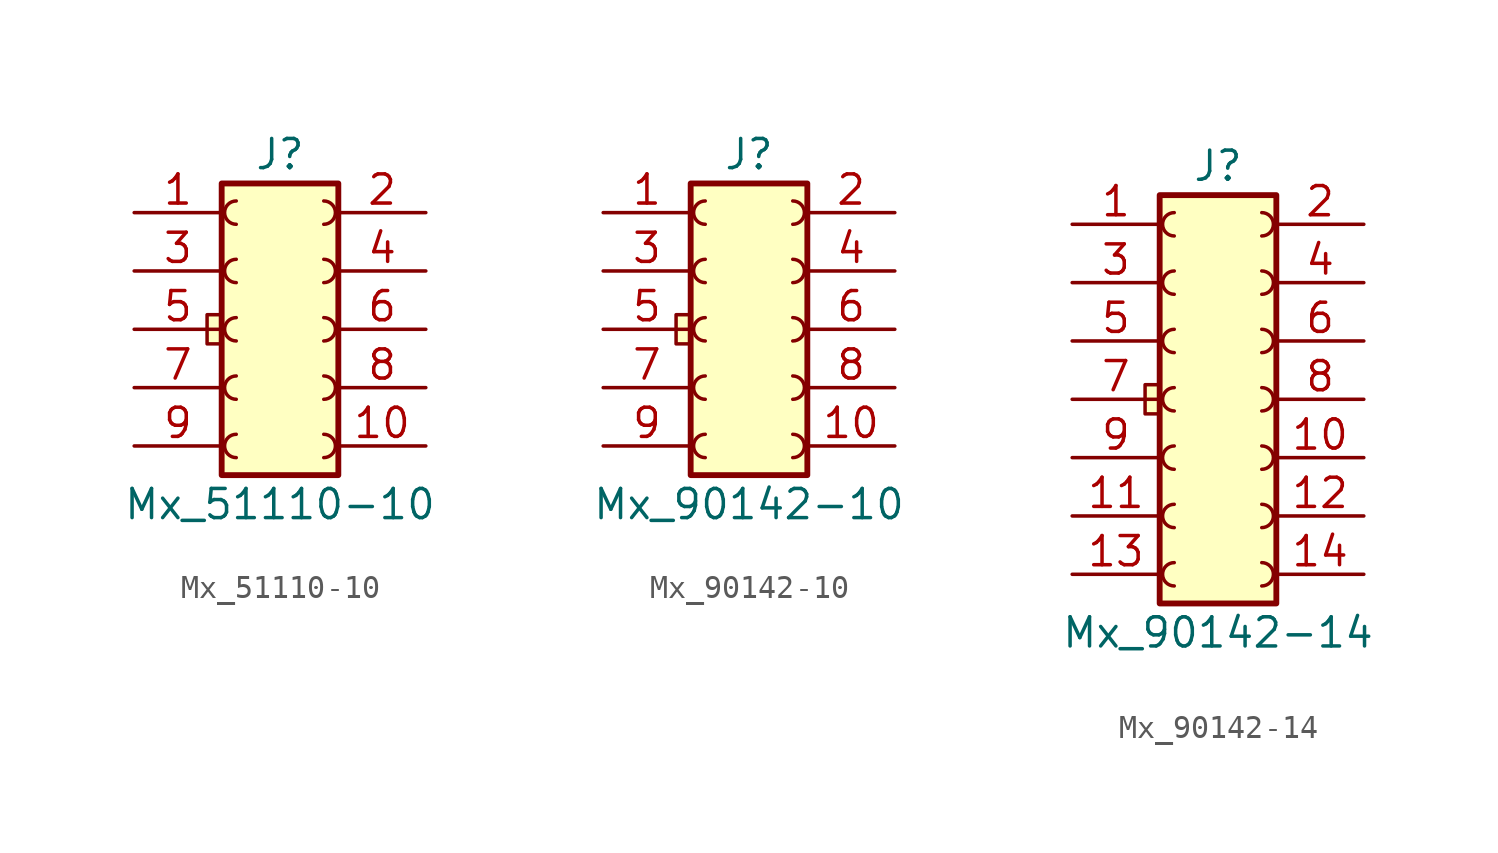
<source format=kicad_sym>
(kicad_symbol_lib
  (version 20211014)
  (generator kicad_symbol_editor)
  (symbol "Mx_51110-10"
    (pin_names
      (offset 1.016) hide)
    (property "Reference" "J"
      (at 0 7.62 0)
      (effects (font (size 1.27 1.27))))
    (property "Value" "Mx_51110-10"
      (at 0 -7.62 0)
      (effects (font (size 1.27 1.27))))
    (symbol "Mx_51110-10_0_1"
      (rectangle (start -3.175 0.635) (end -2.54 -0.635) (stroke (width 0) (type default) (color 0 0 0 0)) (fill (type background))))
    (symbol "Mx_51110-10_1_1"
      (rectangle (start -2.54 6.35) (end 2.54 -6.35) (stroke (width 0.254) (type default) (color 0 0 0 0)) (fill (type background)))
      (arc (start -1.905 -4.572) (mid -2.413 -5.08) (end -1.905 -5.588) (stroke (width 0) (type default) (color 0 0 0 0)) (fill (type none)))
      (arc (start -1.905 -2.032) (mid -2.413 -2.54) (end -1.905 -3.048) (stroke (width 0) (type default) (color 0 0 0 0)) (fill (type none)))
      (arc (start -1.905 0.508) (mid -2.413 0) (end -1.905 -0.508) (stroke (width 0) (type default) (color 0 0 0 0)) (fill (type none)))
      (arc (start -1.905 3.048) (mid -2.413 2.54) (end -1.905 2.032) (stroke (width 0) (type default) (color 0 0 0 0)) (fill (type none)))
      (arc (start -1.905 5.588) (mid -2.413 5.08) (end -1.905 4.572) (stroke (width 0) (type default) (color 0 0 0 0)) (fill (type none)))
      (arc (start 1.905 -5.588) (mid 2.413 -5.08) (end 1.905 -4.572) (stroke (width 0) (type default) (color 0 0 0 0)) (fill (type none)))
      (arc (start 1.905 -3.048) (mid 2.413 -2.54) (end 1.905 -2.032) (stroke (width 0) (type default) (color 0 0 0 0)) (fill (type none)))
      (arc (start 1.905 -0.508) (mid 2.413 0) (end 1.905 0.508) (stroke (width 0) (type default) (color 0 0 0 0)) (fill (type none)))
      (arc (start 1.905 2.032) (mid 2.413 2.54) (end 1.905 3.048) (stroke (width 0) (type default) (color 0 0 0 0)) (fill (type none)))
      (arc (start 1.905 4.572) (mid 2.413 5.08) (end 1.905 5.588) (stroke (width 0) (type default) (color 0 0 0 0)) (fill (type none)))
      (pin passive line (at -6.35 5.08 0) (length 3.81) (name "Pin_1" (effects (font (size 1.27 1.27)))) (number "1" (effects (font (size 1.27 1.27)))))
      (pin passive line (at 6.35 -5.08 180) (length 3.81) (name "Pin_10" (effects (font (size 1.27 1.27)))) (number "10" (effects (font (size 1.27 1.27)))))
      (pin passive line (at 6.35 5.08 180) (length 3.81) (name "Pin_2" (effects (font (size 1.27 1.27)))) (number "2" (effects (font (size 1.27 1.27)))))
      (pin passive line (at -6.35 2.54 0) (length 3.81) (name "Pin_3" (effects (font (size 1.27 1.27)))) (number "3" (effects (font (size 1.27 1.27)))))
      (pin passive line (at 6.35 2.54 180) (length 3.81) (name "Pin_4" (effects (font (size 1.27 1.27)))) (number "4" (effects (font (size 1.27 1.27)))))
      (pin passive line (at -6.35 0 0) (length 3.81) (name "Pin_5" (effects (font (size 1.27 1.27)))) (number "5" (effects (font (size 1.27 1.27)))))
      (pin passive line (at 6.35 0 180) (length 3.81) (name "Pin_6" (effects (font (size 1.27 1.27)))) (number "6" (effects (font (size 1.27 1.27)))))
      (pin passive line (at -6.35 -2.54 0) (length 3.81) (name "Pin_7" (effects (font (size 1.27 1.27)))) (number "7" (effects (font (size 1.27 1.27)))))
      (pin passive line (at 6.35 -2.54 180) (length 3.81) (name "Pin_8" (effects (font (size 1.27 1.27)))) (number "8" (effects (font (size 1.27 1.27)))))
      (pin passive line (at -6.35 -5.08 0) (length 3.81) (name "Pin_9" (effects (font (size 1.27 1.27)))) (number "9" (effects (font (size 1.27 1.27)))))))
  (symbol "Mx_90142-10"
    (pin_names
      (offset 1.016) hide)
    (property "Reference" "J"
      (at 0 7.62 0)
      (effects (font (size 1.27 1.27))))
    (property "Value" "Mx_90142-10"
      (at 0 -7.62 0)
      (effects (font (size 1.27 1.27))))
    (symbol "Mx_90142-10_0_1"
      (rectangle (start -3.175 0.635) (end -2.54 -0.635) (stroke (width 0) (type default) (color 0 0 0 0)) (fill (type background))))
    (symbol "Mx_90142-10_1_1"
      (arc (start -1.905 -4.572) (mid -2.413 -5.08) (end -1.905 -5.588) (stroke (width 0) (type default) (color 0 0 0 0)) (fill (type none)))
      (arc (start -1.905 -2.032) (mid -2.413 -2.54) (end -1.905 -3.048) (stroke (width 0) (type default) (color 0 0 0 0)) (fill (type none)))
      (arc (start -1.905 0.508) (mid -2.413 0) (end -1.905 -0.508) (stroke (width 0) (type default) (color 0 0 0 0)) (fill (type none)))
      (arc (start -1.905 3.048) (mid -2.413 2.54) (end -1.905 2.032) (stroke (width 0) (type default) (color 0 0 0 0)) (fill (type none)))
      (arc (start -1.905 5.588) (mid -2.413 5.08) (end -1.905 4.572) (stroke (width 0) (type default) (color 0 0 0 0)) (fill (type none)))
      (arc (start 1.905 -5.588) (mid 2.413 -5.08) (end 1.905 -4.572) (stroke (width 0) (type default) (color 0 0 0 0)) (fill (type none)))
      (arc (start 1.905 -3.048) (mid 2.413 -2.54) (end 1.905 -2.032) (stroke (width 0) (type default) (color 0 0 0 0)) (fill (type none)))
      (arc (start 1.905 -0.508) (mid 2.413 0) (end 1.905 0.508) (stroke (width 0) (type default) (color 0 0 0 0)) (fill (type none)))
      (arc (start 1.905 2.032) (mid 2.413 2.54) (end 1.905 3.048) (stroke (width 0) (type default) (color 0 0 0 0)) (fill (type none)))
      (arc (start 1.905 4.572) (mid 2.413 5.08) (end 1.905 5.588) (stroke (width 0) (type default) (color 0 0 0 0)) (fill (type none)))
      (rectangle (start 2.54 6.35) (end -2.54 -6.35) (stroke (width 0.254) (type default) (color 0 0 0 0)) (fill (type background)))
      (pin passive line (at -6.35 5.08 0) (length 3.81) (name "Pin_1" (effects (font (size 1.27 1.27)))) (number "1" (effects (font (size 1.27 1.27)))))
      (pin passive line (at 6.35 -5.08 180) (length 3.81) (name "Pin_10" (effects (font (size 1.27 1.27)))) (number "10" (effects (font (size 1.27 1.27)))))
      (pin passive line (at 6.35 5.08 180) (length 3.81) (name "Pin_2" (effects (font (size 1.27 1.27)))) (number "2" (effects (font (size 1.27 1.27)))))
      (pin passive line (at -6.35 2.54 0) (length 3.81) (name "Pin_3" (effects (font (size 1.27 1.27)))) (number "3" (effects (font (size 1.27 1.27)))))
      (pin passive line (at 6.35 2.54 180) (length 3.81) (name "Pin_4" (effects (font (size 1.27 1.27)))) (number "4" (effects (font (size 1.27 1.27)))))
      (pin passive line (at -6.35 0 0) (length 3.81) (name "Pin_5" (effects (font (size 1.27 1.27)))) (number "5" (effects (font (size 1.27 1.27)))))
      (pin passive line (at 6.35 0 180) (length 3.81) (name "Pin_6" (effects (font (size 1.27 1.27)))) (number "6" (effects (font (size 1.27 1.27)))))
      (pin passive line (at -6.35 -2.54 0) (length 3.81) (name "Pin_7" (effects (font (size 1.27 1.27)))) (number "7" (effects (font (size 1.27 1.27)))))
      (pin passive line (at 6.35 -2.54 180) (length 3.81) (name "Pin_8" (effects (font (size 1.27 1.27)))) (number "8" (effects (font (size 1.27 1.27)))))
      (pin passive line (at -6.35 -5.08 0) (length 3.81) (name "Pin_9" (effects (font (size 1.27 1.27)))) (number "9" (effects (font (size 1.27 1.27)))))))
  (symbol "Mx_90142-14"
    (pin_names
      (offset 1.016) hide)
    (property "Reference" "J"
      (at 0 10.16 0)
      (effects (font (size 1.27 1.27))))
    (property "Value" "Mx_90142-14"
      (at 0 -10.16 0)
      (effects (font (size 1.27 1.27))))
    (symbol "Mx_90142-14_0_1"
      (rectangle (start -3.175 0.635) (end -2.54 -0.635) (stroke (width 0) (type default) (color 0 0 0 0)) (fill (type background))))
    (symbol "Mx_90142-14_1_1"
      (arc (start -1.905 -7.112) (mid -2.413 -7.62) (end -1.905 -8.128) (stroke (width 0) (type default) (color 0 0 0 0)) (fill (type none)))
      (arc (start -1.905 -4.572) (mid -2.413 -5.08) (end -1.905 -5.588) (stroke (width 0) (type default) (color 0 0 0 0)) (fill (type none)))
      (arc (start -1.905 -2.032) (mid -2.413 -2.54) (end -1.905 -3.048) (stroke (width 0) (type default) (color 0 0 0 0)) (fill (type none)))
      (arc (start -1.905 0.508) (mid -2.413 0) (end -1.905 -0.508) (stroke (width 0) (type default) (color 0 0 0 0)) (fill (type none)))
      (arc (start -1.905 3.048) (mid -2.413 2.54) (end -1.905 2.032) (stroke (width 0) (type default) (color 0 0 0 0)) (fill (type none)))
      (arc (start -1.905 5.588) (mid -2.413 5.08) (end -1.905 4.572) (stroke (width 0) (type default) (color 0 0 0 0)) (fill (type none)))
      (arc (start -1.905 8.128) (mid -2.413 7.62) (end -1.905 7.112) (stroke (width 0) (type default) (color 0 0 0 0)) (fill (type none)))
      (arc (start 1.905 -8.128) (mid 2.413 -7.62) (end 1.905 -7.112) (stroke (width 0) (type default) (color 0 0 0 0)) (fill (type none)))
      (arc (start 1.905 -5.588) (mid 2.413 -5.08) (end 1.905 -4.572) (stroke (width 0) (type default) (color 0 0 0 0)) (fill (type none)))
      (arc (start 1.905 -3.048) (mid 2.413 -2.54) (end 1.905 -2.032) (stroke (width 0) (type default) (color 0 0 0 0)) (fill (type none)))
      (arc (start 1.905 -0.508) (mid 2.413 0) (end 1.905 0.508) (stroke (width 0) (type default) (color 0 0 0 0)) (fill (type none)))
      (arc (start 1.905 2.032) (mid 2.413 2.54) (end 1.905 3.048) (stroke (width 0) (type default) (color 0 0 0 0)) (fill (type none)))
      (arc (start 1.905 4.572) (mid 2.413 5.08) (end 1.905 5.588) (stroke (width 0) (type default) (color 0 0 0 0)) (fill (type none)))
      (arc (start 1.905 7.112) (mid 2.413 7.62) (end 1.905 8.128) (stroke (width 0) (type default) (color 0 0 0 0)) (fill (type none)))
      (rectangle (start 2.54 8.89) (end -2.54 -8.89) (stroke (width 0.254) (type default) (color 0 0 0 0)) (fill (type background)))
      (pin passive line (at -6.35 7.62 0) (length 3.81) (name "Pin_1" (effects (font (size 1.27 1.27)))) (number "1" (effects (font (size 1.27 1.27)))))
      (pin passive line (at 6.35 -2.54 180) (length 3.81) (name "Pin_10" (effects (font (size 1.27 1.27)))) (number "10" (effects (font (size 1.27 1.27)))))
      (pin passive line (at -6.35 -5.08 0) (length 3.81) (name "Pin_11" (effects (font (size 1.27 1.27)))) (number "11" (effects (font (size 1.27 1.27)))))
      (pin passive line (at 6.35 -5.08 180) (length 3.81) (name "Pin_12" (effects (font (size 1.27 1.27)))) (number "12" (effects (font (size 1.27 1.27)))))
      (pin passive line (at -6.35 -7.62 0) (length 3.81) (name "Pin_13" (effects (font (size 1.27 1.27)))) (number "13" (effects (font (size 1.27 1.27)))))
      (pin passive line (at 6.35 -7.62 180) (length 3.81) (name "Pin_14" (effects (font (size 1.27 1.27)))) (number "14" (effects (font (size 1.27 1.27)))))
      (pin passive line (at 6.35 7.62 180) (length 3.81) (name "Pin_2" (effects (font (size 1.27 1.27)))) (number "2" (effects (font (size 1.27 1.27)))))
      (pin passive line (at -6.35 5.08 0) (length 3.81) (name "Pin_3" (effects (font (size 1.27 1.27)))) (number "3" (effects (font (size 1.27 1.27)))))
      (pin passive line (at 6.35 5.08 180) (length 3.81) (name "Pin_4" (effects (font (size 1.27 1.27)))) (number "4" (effects (font (size 1.27 1.27)))))
      (pin passive line (at -6.35 2.54 0) (length 3.81) (name "Pin_5" (effects (font (size 1.27 1.27)))) (number "5" (effects (font (size 1.27 1.27)))))
      (pin passive line (at 6.35 2.54 180) (length 3.81) (name "Pin_6" (effects (font (size 1.27 1.27)))) (number "6" (effects (font (size 1.27 1.27)))))
      (pin passive line (at -6.35 0 0) (length 3.81) (name "Pin_7" (effects (font (size 1.27 1.27)))) (number "7" (effects (font (size 1.27 1.27)))))
      (pin passive line (at 6.35 0 180) (length 3.81) (name "Pin_8" (effects (font (size 1.27 1.27)))) (number "8" (effects (font (size 1.27 1.27)))))
      (pin passive line (at -6.35 -2.54 0) (length 3.81) (name "Pin_9" (effects (font (size 1.27 1.27)))) (number "9" (effects (font (size 1.27 1.27))))))))
</source>
